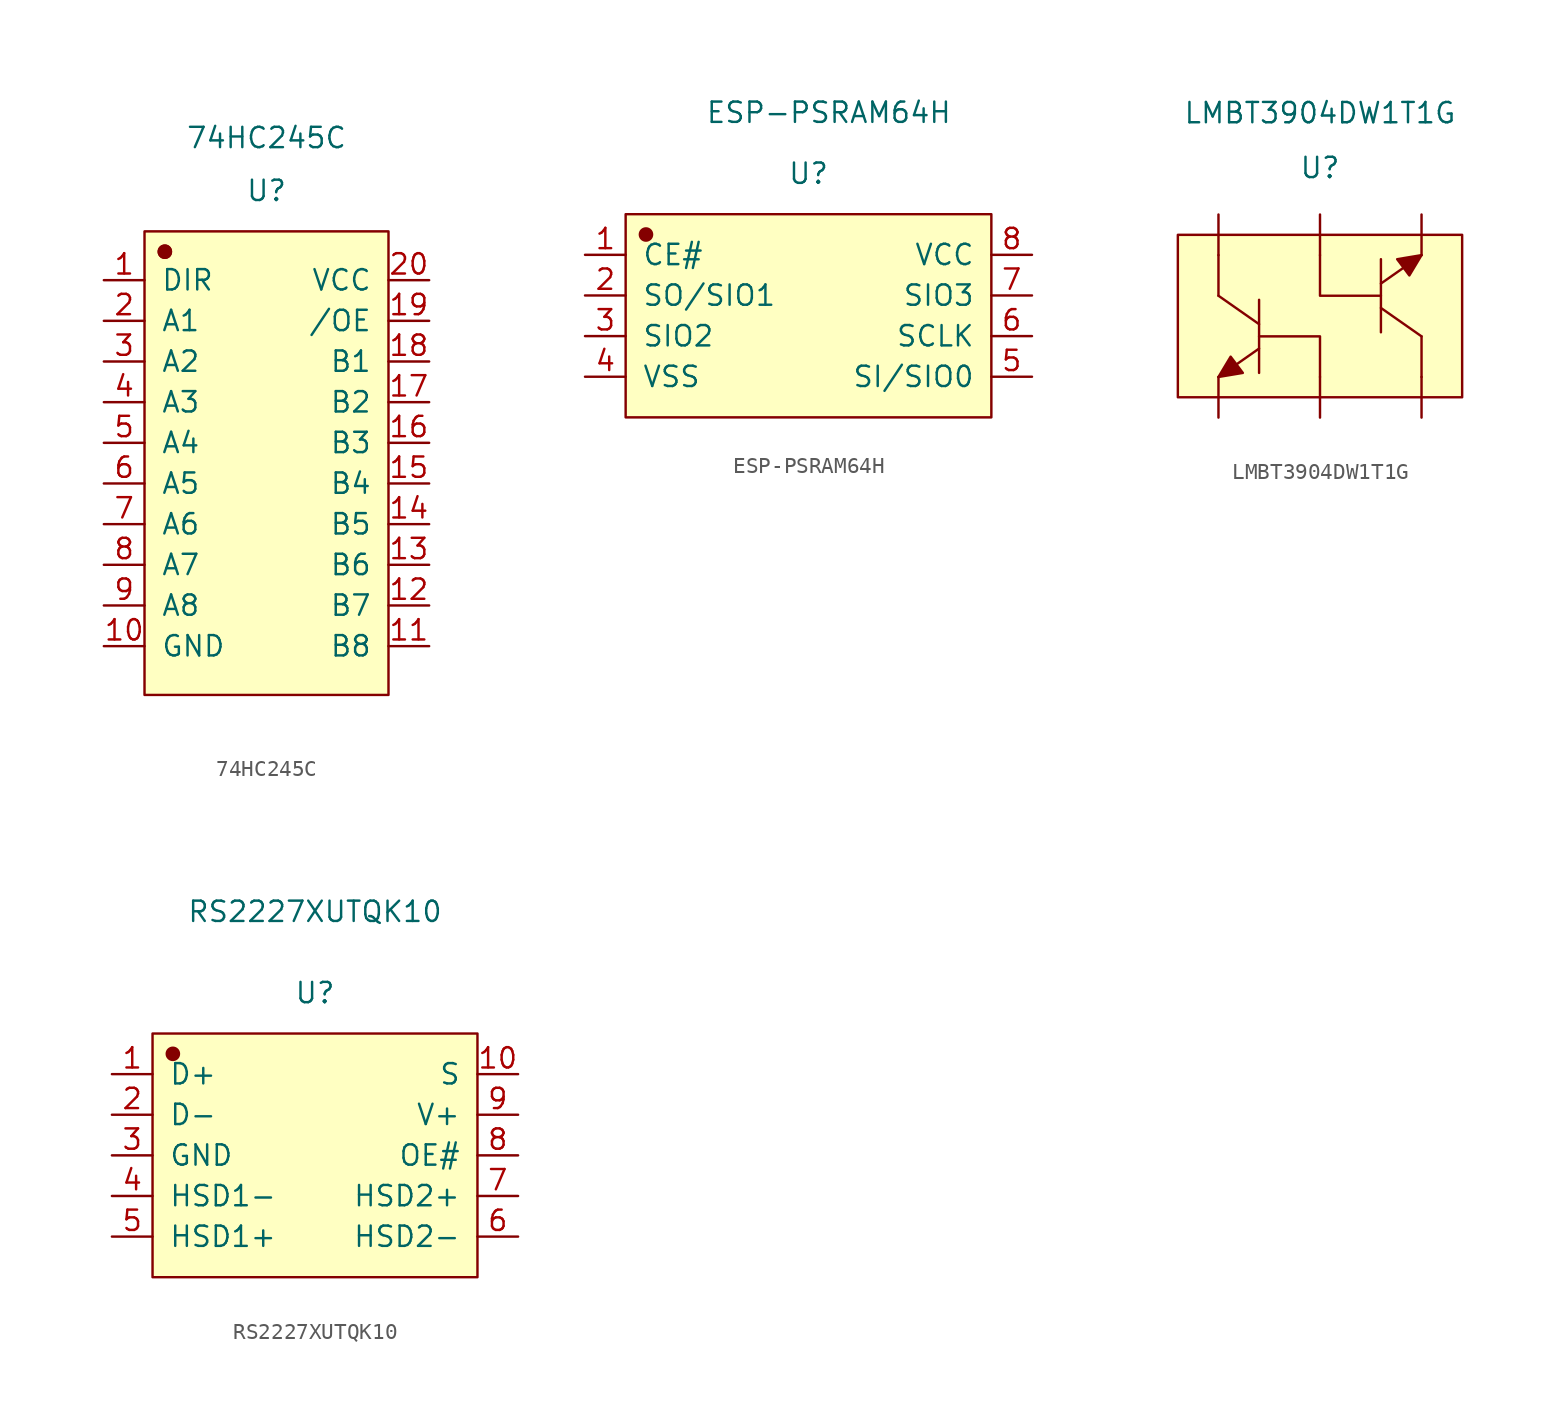
<source format=kicad_sym>
(kicad_symbol_lib
  (version 20211014)
  (generator kicad_symbol_editor)
  (symbol "74HC245C"
    (pin_names
      (offset 1.016))
    (property "Reference" "U"
      (at 0 17.018 0)
      (effects (font (size 1.27 1.27))))
    (property "Value" "74HC245C"
      (at 0 20.32 0)
      (effects (font (size 1.27 1.27))))
    (symbol "74HC245C_1_1"
      (rectangle (start -7.62 14.478) (end 7.62 -14.478) (stroke (width 0.152) (type default) (color 0 0 0 0)) (fill (type background)))
      (circle (center -6.35 13.208) (radius 0.381) (stroke (width 0.152) (type default) (color 0 0 0 0)) (fill (type outline)))
      (circle (center -6.35 13.208) (radius 0.381) (stroke (width 0.152) (type default) (color 0 0 0 0)) (fill (type outline)))
      (pin input line (at -10.16 11.43 0) (length 2.54) (name "DIR" (effects (font (size 1.27 1.27)))) (number "1" (effects (font (size 1.27 1.27)))))
      (pin input line (at -10.16 -11.43 0) (length 2.54) (name "GND" (effects (font (size 1.27 1.27)))) (number "10" (effects (font (size 1.27 1.27)))))
      (pin input line (at 10.16 -11.43 180) (length 2.54) (name "B8" (effects (font (size 1.27 1.27)))) (number "11" (effects (font (size 1.27 1.27)))))
      (pin input line (at 10.16 -8.89 180) (length 2.54) (name "B7" (effects (font (size 1.27 1.27)))) (number "12" (effects (font (size 1.27 1.27)))))
      (pin input line (at 10.16 -6.35 180) (length 2.54) (name "B6" (effects (font (size 1.27 1.27)))) (number "13" (effects (font (size 1.27 1.27)))))
      (pin input line (at 10.16 -3.81 180) (length 2.54) (name "B5" (effects (font (size 1.27 1.27)))) (number "14" (effects (font (size 1.27 1.27)))))
      (pin input line (at 10.16 -1.27 180) (length 2.54) (name "B4" (effects (font (size 1.27 1.27)))) (number "15" (effects (font (size 1.27 1.27)))))
      (pin input line (at 10.16 1.27 180) (length 2.54) (name "B3" (effects (font (size 1.27 1.27)))) (number "16" (effects (font (size 1.27 1.27)))))
      (pin input line (at 10.16 3.81 180) (length 2.54) (name "B2" (effects (font (size 1.27 1.27)))) (number "17" (effects (font (size 1.27 1.27)))))
      (pin input line (at 10.16 6.35 180) (length 2.54) (name "B1" (effects (font (size 1.27 1.27)))) (number "18" (effects (font (size 1.27 1.27)))))
      (pin input line (at 10.16 8.89 180) (length 2.54) (name "/OE" (effects (font (size 1.27 1.27)))) (number "19" (effects (font (size 1.27 1.27)))))
      (pin input line (at -10.16 8.89 0) (length 2.54) (name "A1" (effects (font (size 1.27 1.27)))) (number "2" (effects (font (size 1.27 1.27)))))
      (pin input line (at 10.16 11.43 180) (length 2.54) (name "VCC" (effects (font (size 1.27 1.27)))) (number "20" (effects (font (size 1.27 1.27)))))
      (pin input line (at -10.16 6.35 0) (length 2.54) (name "A2" (effects (font (size 1.27 1.27)))) (number "3" (effects (font (size 1.27 1.27)))))
      (pin input line (at -10.16 3.81 0) (length 2.54) (name "A3" (effects (font (size 1.27 1.27)))) (number "4" (effects (font (size 1.27 1.27)))))
      (pin input line (at -10.16 1.27 0) (length 2.54) (name "A4" (effects (font (size 1.27 1.27)))) (number "5" (effects (font (size 1.27 1.27)))))
      (pin input line (at -10.16 -1.27 0) (length 2.54) (name "A5" (effects (font (size 1.27 1.27)))) (number "6" (effects (font (size 1.27 1.27)))))
      (pin input line (at -10.16 -3.81 0) (length 2.54) (name "A6" (effects (font (size 1.27 1.27)))) (number "7" (effects (font (size 1.27 1.27)))))
      (pin input line (at -10.16 -6.35 0) (length 2.54) (name "A7" (effects (font (size 1.27 1.27)))) (number "8" (effects (font (size 1.27 1.27)))))
      (pin input line (at -10.16 -8.89 0) (length 2.54) (name "A8" (effects (font (size 1.27 1.27)))) (number "9" (effects (font (size 1.27 1.27)))))))
  (symbol "ESP-PSRAM64H"
    (pin_names
      (offset 1.016))
    (property "Reference" "U"
      (at -2.54 8.89 0)
      (effects (font (size 1.27 1.27))))
    (property "Value" "ESP-PSRAM64H"
      (at -1.27 12.7 0)
      (effects (font (size 1.27 1.27))))
    (symbol "ESP-PSRAM64H_1_1"
      (rectangle (start -13.97 6.35) (end 8.89 -6.35) (stroke (width 0.152) (type default) (color 0 0 0 0)) (fill (type background)))
      (circle (center -12.7 5.08) (radius 0.381) (stroke (width 0.152) (type default) (color 0 0 0 0)) (fill (type outline)))
      (pin input line (at -16.51 3.81 0) (length 2.54) (name "CE#" (effects (font (size 1.27 1.27)))) (number "1" (effects (font (size 1.27 1.27)))))
      (pin input line (at -16.51 1.27 0) (length 2.54) (name "SO/SIO1" (effects (font (size 1.27 1.27)))) (number "2" (effects (font (size 1.27 1.27)))))
      (pin input line (at -16.51 -1.27 0) (length 2.54) (name "SIO2" (effects (font (size 1.27 1.27)))) (number "3" (effects (font (size 1.27 1.27)))))
      (pin input line (at -16.51 -3.81 0) (length 2.54) (name "VSS" (effects (font (size 1.27 1.27)))) (number "4" (effects (font (size 1.27 1.27)))))
      (pin input line (at 11.43 -3.81 180) (length 2.54) (name "SI/SIO0" (effects (font (size 1.27 1.27)))) (number "5" (effects (font (size 1.27 1.27)))))
      (pin input line (at 11.43 -1.27 180) (length 2.54) (name "SCLK" (effects (font (size 1.27 1.27)))) (number "6" (effects (font (size 1.27 1.27)))))
      (pin input line (at 11.43 1.27 180) (length 2.54) (name "SIO3" (effects (font (size 1.27 1.27)))) (number "7" (effects (font (size 1.27 1.27)))))
      (pin input line (at 11.43 3.81 180) (length 2.54) (name "VCC" (effects (font (size 1.27 1.27)))) (number "8" (effects (font (size 1.27 1.27)))))))
  (symbol "LMBT3904DW1T1G"
    (pin_numbers hide)
    (pin_names
      (offset 1.016) hide)
    (property "Reference" "U"
      (at 0 9.271 0)
      (effects (font (size 1.27 1.27))))
    (property "Value" "LMBT3904DW1T1G"
      (at 0 12.7 0)
      (effects (font (size 1.27 1.27))))
    (symbol "LMBT3904DW1T1G_1_1"
      (rectangle (start -8.89 5.08) (end 8.89 -5.08) (stroke (width 0.152) (type default) (color 0 0 0 0)) (fill (type background)))
      (polyline (pts (xy -6.35 1.27) (xy -3.81 -0.508)) (stroke (width 0.152) (type default) (color 0 0 0 0)) (fill (type none)))
      (polyline (pts (xy -6.35 3.81) (xy -6.35 1.27)) (stroke (width 0.152) (type default) (color 0 0 0 0)) (fill (type none)))
      (polyline (pts (xy -3.81 -2.032) (xy -6.35 -3.81)) (stroke (width 0.152) (type default) (color 0 0 0 0)) (fill (type none)))
      (polyline (pts (xy -3.81 1.016) (xy -3.81 -3.556)) (stroke (width 0.152) (type default) (color 0 0 0 0)) (fill (type none)))
      (polyline (pts (xy 3.81 -1.016) (xy 3.81 3.556)) (stroke (width 0.152) (type default) (color 0 0 0 0)) (fill (type none)))
      (polyline (pts (xy 3.81 2.032) (xy 6.35 3.81)) (stroke (width 0.152) (type default) (color 0 0 0 0)) (fill (type none)))
      (polyline (pts (xy 6.35 -1.27) (xy 3.81 0.508)) (stroke (width 0.152) (type default) (color 0 0 0 0)) (fill (type none)))
      (polyline (pts (xy 6.35 -1.27) (xy 6.35 -3.81)) (stroke (width 0.152) (type default) (color 0 0 0 0)) (fill (type none)))
      (polyline (pts (xy -3.81 -1.27) (xy 0 -1.27) (xy 0 -3.81)) (stroke (width 0.152) (type default) (color 0 0 0 0)) (fill (type none)))
      (polyline (pts (xy -6.35 -3.81) (xy -5.588 -2.54) (xy -4.826 -3.556) (xy -6.35 -3.81)) (stroke (width 0.152) (type default) (color 0 0 0 0)) (fill (type outline)))
      (polyline (pts (xy 0 3.81) (xy 0 2.54) (xy 0 1.27) (xy 3.81 1.27)) (stroke (width 0.152) (type default) (color 0 0 0 0)) (fill (type none)))
      (polyline (pts (xy 6.35 3.81) (xy 5.588 2.54) (xy 4.826 3.556) (xy 6.35 3.81)) (stroke (width 0.152) (type default) (color 0 0 0 0)) (fill (type outline)))
      (pin input line (at -6.35 -6.35 90) (length 2.54) (name "E" (effects (font (size 1.27 1.27)))) (number "1" (effects (font (size 1.27 1.27)))))
      (pin input line (at 0 -6.35 90) (length 2.54) (name "B" (effects (font (size 1.27 1.27)))) (number "2" (effects (font (size 1.27 1.27)))))
      (pin input line (at 6.35 -6.35 90) (length 2.54) (name "C" (effects (font (size 1.27 1.27)))) (number "3" (effects (font (size 1.27 1.27)))))
      (pin input line (at 6.35 6.35 270) (length 2.54) (name "E" (effects (font (size 1.27 1.27)))) (number "4" (effects (font (size 1.27 1.27)))))
      (pin input line (at 0 6.35 270) (length 2.54) (name "B" (effects (font (size 1.27 1.27)))) (number "5" (effects (font (size 1.27 1.27)))))
      (pin input line (at -6.35 6.35 270) (length 2.54) (name "C" (effects (font (size 1.27 1.27)))) (number "6" (effects (font (size 1.27 1.27)))))))
  (symbol "RS2227XUTQK10"
    (pin_names
      (offset 1.016))
    (property "Reference" "U"
      (at 0 10.16 0)
      (effects (font (size 1.27 1.27))))
    (property "Value" "RS2227XUTQK10"
      (at 0 15.24 0)
      (effects (font (size 1.27 1.27))))
    (symbol "RS2227XUTQK10_1_1"
      (rectangle (start -10.16 7.62) (end 10.16 -7.62) (stroke (width 0.152) (type default) (color 0 0 0 0)) (fill (type background)))
      (circle (center -8.89 6.35) (radius 0.381) (stroke (width 0.152) (type default) (color 0 0 0 0)) (fill (type outline)))
      (pin input line (at -12.7 5.08 0) (length 2.54) (name "D+" (effects (font (size 1.27 1.27)))) (number "1" (effects (font (size 1.27 1.27)))))
      (pin input line (at 12.7 5.08 180) (length 2.54) (name "S" (effects (font (size 1.27 1.27)))) (number "10" (effects (font (size 1.27 1.27)))))
      (pin input line (at -12.7 2.54 0) (length 2.54) (name "D-" (effects (font (size 1.27 1.27)))) (number "2" (effects (font (size 1.27 1.27)))))
      (pin input line (at -12.7 0 0) (length 2.54) (name "GND" (effects (font (size 1.27 1.27)))) (number "3" (effects (font (size 1.27 1.27)))))
      (pin input line (at -12.7 -2.54 0) (length 2.54) (name "HSD1-" (effects (font (size 1.27 1.27)))) (number "4" (effects (font (size 1.27 1.27)))))
      (pin input line (at -12.7 -5.08 0) (length 2.54) (name "HSD1+" (effects (font (size 1.27 1.27)))) (number "5" (effects (font (size 1.27 1.27)))))
      (pin input line (at 12.7 -5.08 180) (length 2.54) (name "HSD2-" (effects (font (size 1.27 1.27)))) (number "6" (effects (font (size 1.27 1.27)))))
      (pin input line (at 12.7 -2.54 180) (length 2.54) (name "HSD2+" (effects (font (size 1.27 1.27)))) (number "7" (effects (font (size 1.27 1.27)))))
      (pin input line (at 12.7 0 180) (length 2.54) (name "OE#" (effects (font (size 1.27 1.27)))) (number "8" (effects (font (size 1.27 1.27)))))
      (pin input line (at 12.7 2.54 180) (length 2.54) (name "V+" (effects (font (size 1.27 1.27)))) (number "9" (effects (font (size 1.27 1.27))))))))
</source>
